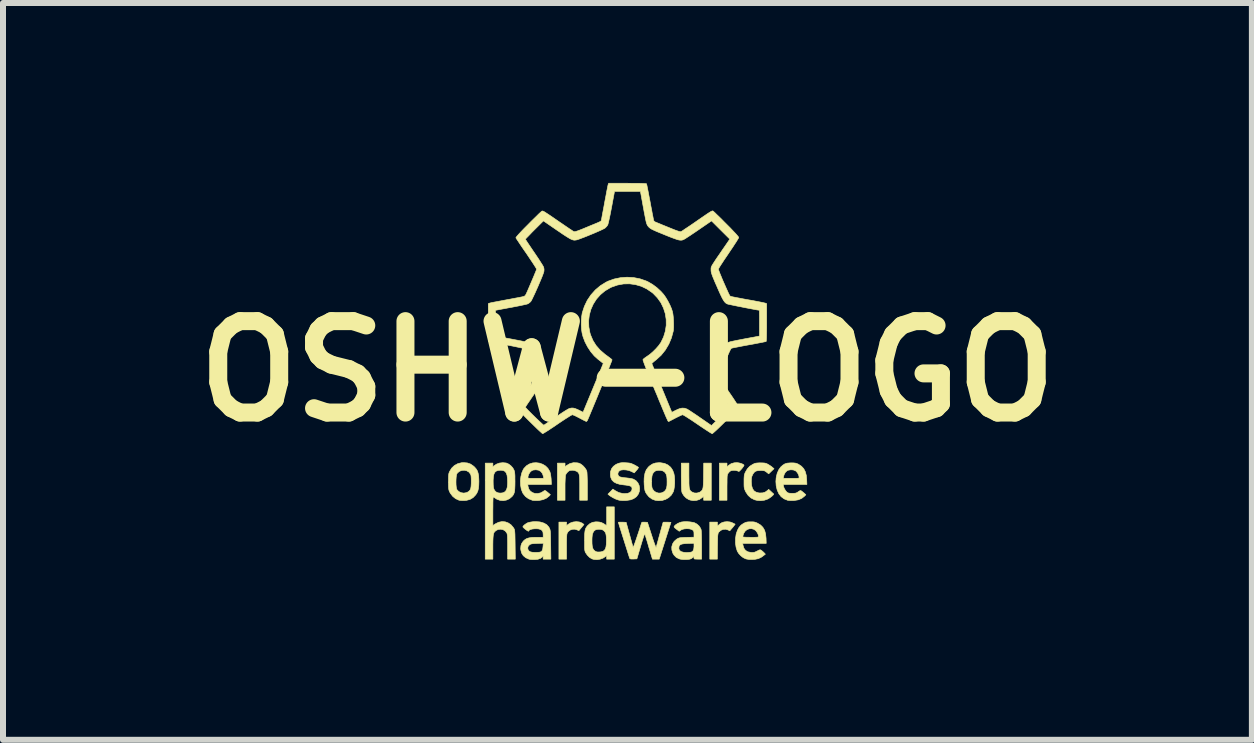
<source format=kicad_pcb>
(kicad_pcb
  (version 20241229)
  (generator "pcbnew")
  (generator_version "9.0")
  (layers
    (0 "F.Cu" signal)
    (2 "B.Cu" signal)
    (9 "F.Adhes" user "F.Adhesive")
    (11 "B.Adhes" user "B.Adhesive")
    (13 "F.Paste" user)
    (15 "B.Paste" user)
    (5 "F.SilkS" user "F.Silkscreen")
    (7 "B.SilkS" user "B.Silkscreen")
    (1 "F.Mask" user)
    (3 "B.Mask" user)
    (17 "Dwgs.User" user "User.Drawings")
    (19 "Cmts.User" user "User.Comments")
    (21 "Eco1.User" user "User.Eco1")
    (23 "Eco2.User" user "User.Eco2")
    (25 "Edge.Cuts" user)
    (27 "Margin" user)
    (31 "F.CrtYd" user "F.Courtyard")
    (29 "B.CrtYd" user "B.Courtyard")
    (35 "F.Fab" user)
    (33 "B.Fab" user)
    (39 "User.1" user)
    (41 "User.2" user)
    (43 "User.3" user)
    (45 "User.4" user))
  (footprint "OSHW-LOGO"
    (layer "F.Cu")
    (at 7.41 3.138)
    (property "Reference" "OSHW-LOGO" (at 0 0 0) (layer "F.SilkS") (effects (font (size 1.524 1.524) (thickness 0.3))))
    (attr through_hole)
    (fp_poly (pts (xy -0.803 2.513) (xy -0.758 2.531) (xy -0.745 2.54) (xy -0.725 2.555) (xy -0.766 2.605) (xy -0.786 2.629) (xy -0.801 2.647) (xy -0.809 2.657) (xy -0.809 2.657) (xy -0.817 2.655) (xy -0.834 2.648) (xy -0.837 2.646) (xy -0.876 2.634) (xy -0.917 2.635) (xy -0.955 2.648) (xy -0.986 2.671) (xy -1.001 2.692) (xy -1.006 2.704) (xy -1.01 2.718) (xy -1.012 2.737) (xy -1.014 2.764) (xy -1.015 2.8) (xy -1.016 2.848) (xy -1.016 2.91) (xy -1.016 2.927) (xy -1.016 3.133) (xy -1.143 3.133) (xy -1.143 2.515) (xy -1.016 2.515) (xy -1.016 2.577) (xy -0.997 2.559) (xy -0.955 2.531) (xy -0.906 2.514) (xy -0.854 2.508) (xy -0.803 2.513)) (stroke (width 0.01) (type solid)) (fill yes) (layer "F.SilkS"))
    (fp_poly (pts (xy 1.71 2.513) (xy 1.751 2.528) (xy 1.795 2.55) (xy 1.778 2.573) (xy 1.763 2.593) (xy 1.742 2.618) (xy 1.733 2.628) (xy 1.705 2.661) (xy 1.679 2.647) (xy 1.637 2.634) (xy 1.595 2.637) (xy 1.555 2.653) (xy 1.523 2.682) (xy 1.518 2.689) (xy 1.513 2.698) (xy 1.51 2.71) (xy 1.507 2.727) (xy 1.504 2.751) (xy 1.503 2.785) (xy 1.502 2.83) (xy 1.501 2.889) (xy 1.5 2.923) (xy 1.498 3.133) (xy 1.372 3.133) (xy 1.372 2.515) (xy 1.499 2.515) (xy 1.499 2.544) (xy 1.501 2.566) (xy 1.508 2.572) (xy 1.521 2.564) (xy 1.532 2.553) (xy 1.567 2.528) (xy 1.611 2.513) (xy 1.66 2.508) (xy 1.71 2.513)) (stroke (width 0.01) (type solid)) (fill yes) (layer "F.SilkS"))
    (fp_poly (pts (xy 1.856 1.528) (xy 1.889 1.536) (xy 1.919 1.548) (xy 1.939 1.561) (xy 1.943 1.566) (xy 1.94 1.576) (xy 1.928 1.595) (xy 1.91 1.619) (xy 1.905 1.625) (xy 1.882 1.65) (xy 1.868 1.665) (xy 1.857 1.67) (xy 1.847 1.668) (xy 1.837 1.663) (xy 1.806 1.654) (xy 1.769 1.652) (xy 1.734 1.656) (xy 1.719 1.662) (xy 1.7 1.676) (xy 1.682 1.697) (xy 1.679 1.701) (xy 1.673 1.71) (xy 1.668 1.72) (xy 1.665 1.733) (xy 1.662 1.75) (xy 1.661 1.774) (xy 1.66 1.808) (xy 1.66 1.853) (xy 1.659 1.913) (xy 1.659 1.94) (xy 1.659 2.151) (xy 1.532 2.151) (xy 1.532 1.532) (xy 1.659 1.532) (xy 1.659 1.593) (xy 1.689 1.568) (xy 1.729 1.541) (xy 1.779 1.527) (xy 1.825 1.524) (xy 1.856 1.528)) (stroke (width 0.01) (type solid)) (fill yes) (layer "F.SilkS"))
    (fp_poly (pts (xy -0.839 1.527) (xy -0.809 1.533) (xy -0.778 1.548) (xy -0.745 1.573) (xy -0.715 1.605) (xy -0.691 1.639) (xy -0.679 1.665) (xy -0.675 1.686) (xy -0.673 1.722) (xy -0.671 1.773) (xy -0.669 1.84) (xy -0.669 1.923) (xy -0.669 2.151) (xy -0.796 2.151) (xy -0.796 1.943) (xy -0.796 1.872) (xy -0.797 1.816) (xy -0.799 1.773) (xy -0.802 1.74) (xy -0.807 1.716) (xy -0.814 1.699) (xy -0.824 1.686) (xy -0.837 1.675) (xy -0.849 1.668) (xy -0.886 1.654) (xy -0.92 1.651) (xy -0.95 1.653) (xy -0.972 1.66) (xy -0.993 1.676) (xy -0.994 1.677) (xy -1.016 1.701) (xy -1.031 1.728) (xy -1.033 1.734) (xy -1.035 1.752) (xy -1.037 1.783) (xy -1.039 1.826) (xy -1.041 1.876) (xy -1.041 1.932) (xy -1.041 1.958) (xy -1.041 2.151) (xy -1.168 2.151) (xy -1.168 1.532) (xy -1.041 1.532) (xy -1.041 1.593) (xy -1.013 1.571) (xy -0.96 1.54) (xy -0.901 1.525) (xy -0.839 1.527)) (stroke (width 0.01) (type solid)) (fill yes) (layer "F.SilkS"))
    (fp_poly (pts (xy 1.024 1.74) (xy 1.025 1.811) (xy 1.025 1.867) (xy 1.027 1.91) (xy 1.03 1.943) (xy 1.036 1.967) (xy 1.043 1.984) (xy 1.053 1.997) (xy 1.066 2.008) (xy 1.078 2.015) (xy 1.116 2.03) (xy 1.158 2.031) (xy 1.198 2.02) (xy 1.212 2.013) (xy 1.227 2.001) (xy 1.24 1.989) (xy 1.249 1.975) (xy 1.256 1.956) (xy 1.261 1.93) (xy 1.264 1.895) (xy 1.266 1.849) (xy 1.268 1.789) (xy 1.268 1.738) (xy 1.271 1.532) (xy 1.397 1.532) (xy 1.397 2.151) (xy 1.27 2.151) (xy 1.27 2.121) (xy 1.269 2.101) (xy 1.266 2.092) (xy 1.265 2.091) (xy 1.257 2.096) (xy 1.241 2.109) (xy 1.238 2.112) (xy 1.198 2.139) (xy 1.149 2.154) (xy 1.096 2.157) (xy 1.044 2.148) (xy 1.02 2.139) (xy 0.978 2.113) (xy 0.942 2.077) (xy 0.916 2.037) (xy 0.907 2.016) (xy 0.904 1.995) (xy 0.901 1.957) (xy 0.899 1.904) (xy 0.898 1.836) (xy 0.897 1.758) (xy 0.897 1.532) (xy 1.024 1.532) (xy 1.024 1.74)) (stroke (width 0.01) (type solid)) (fill yes) (layer "F.SilkS"))
    (fp_poly (pts (xy 0.552 1.526) (xy 0.618 1.537) (xy 0.674 1.563) (xy 0.72 1.601) (xy 0.754 1.652) (xy 0.775 1.71) (xy 0.783 1.757) (xy 0.787 1.811) (xy 0.787 1.869) (xy 0.782 1.925) (xy 0.774 1.975) (xy 0.763 2.013) (xy 0.762 2.013) (xy 0.731 2.065) (xy 0.687 2.107) (xy 0.635 2.137) (xy 0.576 2.155) (xy 0.512 2.158) (xy 0.46 2.151) (xy 0.407 2.13) (xy 0.358 2.094) (xy 0.318 2.045) (xy 0.301 2.016) (xy 0.291 1.988) (xy 0.284 1.947) (xy 0.279 1.897) (xy 0.277 1.843) (xy 0.277 1.841) (xy 0.402 1.841) (xy 0.403 1.886) (xy 0.405 1.917) (xy 0.409 1.94) (xy 0.415 1.959) (xy 0.42 1.968) (xy 0.446 2) (xy 0.481 2.022) (xy 0.522 2.032) (xy 0.564 2.029) (xy 0.602 2.013) (xy 0.626 1.993) (xy 0.642 1.97) (xy 0.653 1.941) (xy 0.659 1.901) (xy 0.66 1.847) (xy 0.66 1.843) (xy 0.659 1.79) (xy 0.655 1.75) (xy 0.646 1.72) (xy 0.632 1.696) (xy 0.615 1.677) (xy 0.587 1.661) (xy 0.551 1.653) (xy 0.512 1.652) (xy 0.476 1.659) (xy 0.461 1.666) (xy 0.437 1.686) (xy 0.42 1.711) (xy 0.409 1.745) (xy 0.404 1.79) (xy 0.402 1.841) (xy 0.277 1.841) (xy 0.278 1.789) (xy 0.28 1.765) (xy 0.292 1.698) (xy 0.314 1.643) (xy 0.349 1.597) (xy 0.374 1.575) (xy 0.419 1.546) (xy 0.468 1.53) (xy 0.525 1.525) (xy 0.552 1.526)) (stroke (width 0.01) (type solid)) (fill yes) (layer "F.SilkS"))
    (fp_poly (pts (xy -1.468 1.532) (xy -1.414 1.551) (xy -1.366 1.58) (xy -1.326 1.62) (xy -1.296 1.67) (xy -1.291 1.684) (xy -1.284 1.71) (xy -1.278 1.747) (xy -1.273 1.788) (xy -1.272 1.806) (xy -1.268 1.888) (xy -1.662 1.888) (xy -1.657 1.923) (xy -1.644 1.966) (xy -1.618 2) (xy -1.583 2.024) (xy -1.542 2.038) (xy -1.497 2.039) (xy -1.45 2.029) (xy -1.405 2.005) (xy -1.401 2.002) (xy -1.389 1.993) (xy -1.38 1.989) (xy -1.37 1.99) (xy -1.357 1.998) (xy -1.337 2.014) (xy -1.311 2.036) (xy -1.285 2.058) (xy -1.307 2.082) (xy -1.352 2.117) (xy -1.407 2.141) (xy -1.471 2.154) (xy -1.494 2.156) (xy -1.53 2.156) (xy -1.563 2.155) (xy -1.585 2.152) (xy -1.587 2.151) (xy -1.649 2.126) (xy -1.7 2.089) (xy -1.74 2.039) (xy -1.749 2.023) (xy -1.771 1.964) (xy -1.782 1.898) (xy -1.785 1.828) (xy -1.778 1.767) (xy -1.659 1.767) (xy -1.659 1.775) (xy -1.656 1.78) (xy -1.648 1.783) (xy -1.632 1.785) (xy -1.607 1.786) (xy -1.569 1.786) (xy -1.527 1.786) (xy -1.395 1.786) (xy -1.401 1.755) (xy -1.417 1.707) (xy -1.444 1.672) (xy -1.481 1.65) (xy -1.527 1.643) (xy -1.529 1.643) (xy -1.573 1.648) (xy -1.599 1.66) (xy -1.622 1.681) (xy -1.643 1.713) (xy -1.656 1.747) (xy -1.659 1.767) (xy -1.778 1.767) (xy -1.777 1.758) (xy -1.761 1.693) (xy -1.736 1.636) (xy -1.723 1.617) (xy -1.682 1.575) (xy -1.634 1.546) (xy -1.58 1.529) (xy -1.524 1.525) (xy -1.468 1.532)) (stroke (width 0.01) (type solid)) (fill yes) (layer "F.SilkS"))
    (fp_poly (pts (xy -0.22 3.133) (xy -0.347 3.133) (xy -0.347 3.07) (xy -0.366 3.088) (xy -0.405 3.115) (xy -0.454 3.133) (xy -0.507 3.141) (xy -0.558 3.138) (xy -0.593 3.128) (xy -0.632 3.104) (xy -0.668 3.068) (xy -0.697 3.027) (xy -0.697 3.027) (xy -0.704 3.014) (xy -0.708 3) (xy -0.712 2.983) (xy -0.714 2.96) (xy -0.715 2.928) (xy -0.715 2.884) (xy -0.715 2.832) (xy -0.715 2.819) (xy -0.592 2.819) (xy -0.591 2.876) (xy -0.587 2.918) (xy -0.579 2.95) (xy -0.567 2.974) (xy -0.55 2.992) (xy -0.549 2.992) (xy -0.529 3.006) (xy -0.506 3.013) (xy -0.477 3.014) (xy -0.446 3.012) (xy -0.418 3.006) (xy -0.407 3.002) (xy -0.385 2.986) (xy -0.37 2.964) (xy -0.359 2.932) (xy -0.353 2.889) (xy -0.351 2.832) (xy -0.351 2.824) (xy -0.352 2.771) (xy -0.356 2.733) (xy -0.362 2.704) (xy -0.373 2.682) (xy -0.39 2.662) (xy -0.397 2.655) (xy -0.422 2.642) (xy -0.456 2.635) (xy -0.492 2.635) (xy -0.525 2.642) (xy -0.533 2.645) (xy -0.557 2.663) (xy -0.574 2.69) (xy -0.586 2.727) (xy -0.591 2.777) (xy -0.592 2.819) (xy -0.715 2.819) (xy -0.715 2.767) (xy -0.714 2.716) (xy -0.71 2.677) (xy -0.705 2.646) (xy -0.697 2.622) (xy -0.686 2.602) (xy -0.671 2.582) (xy -0.667 2.577) (xy -0.628 2.542) (xy -0.584 2.52) (xy -0.531 2.511) (xy -0.512 2.511) (xy -0.47 2.514) (xy -0.434 2.523) (xy -0.397 2.541) (xy -0.366 2.562) (xy -0.347 2.576) (xy -0.347 2.261) (xy -0.22 2.261) (xy -0.22 3.133)) (stroke (width 0.01) (type solid)) (fill yes) (layer "F.SilkS"))
    (fp_poly (pts (xy 2.258 1.529) (xy 2.286 1.531) (xy 2.308 1.536) (xy 2.329 1.545) (xy 2.341 1.551) (xy 2.372 1.57) (xy 2.401 1.59) (xy 2.413 1.6) (xy 2.443 1.625) (xy 2.398 1.668) (xy 2.354 1.711) (xy 2.319 1.683) (xy 2.3 1.669) (xy 2.284 1.661) (xy 2.264 1.657) (xy 2.236 1.655) (xy 2.218 1.655) (xy 2.172 1.658) (xy 2.139 1.666) (xy 2.114 1.684) (xy 2.093 1.712) (xy 2.084 1.73) (xy 2.073 1.755) (xy 2.067 1.781) (xy 2.065 1.814) (xy 2.064 1.84) (xy 2.069 1.904) (xy 2.083 1.954) (xy 2.106 1.991) (xy 2.141 2.015) (xy 2.186 2.028) (xy 2.206 2.03) (xy 2.256 2.028) (xy 2.298 2.014) (xy 2.335 1.987) (xy 2.354 1.97) (xy 2.394 2.007) (xy 2.415 2.027) (xy 2.431 2.041) (xy 2.438 2.047) (xy 2.436 2.054) (xy 2.424 2.068) (xy 2.405 2.086) (xy 2.381 2.104) (xy 2.356 2.121) (xy 2.338 2.131) (xy 2.284 2.15) (xy 2.223 2.158) (xy 2.163 2.154) (xy 2.118 2.143) (xy 2.059 2.113) (xy 2.012 2.071) (xy 1.975 2.016) (xy 1.971 2.009) (xy 1.96 1.985) (xy 1.952 1.965) (xy 1.947 1.945) (xy 1.944 1.922) (xy 1.943 1.889) (xy 1.943 1.845) (xy 1.943 1.842) (xy 1.943 1.795) (xy 1.945 1.762) (xy 1.947 1.737) (xy 1.952 1.717) (xy 1.959 1.697) (xy 1.965 1.684) (xy 1.998 1.628) (xy 2.038 1.585) (xy 2.088 1.553) (xy 2.09 1.552) (xy 2.115 1.54) (xy 2.138 1.533) (xy 2.164 1.53) (xy 2.198 1.528) (xy 2.218 1.528) (xy 2.258 1.529)) (stroke (width 0.01) (type solid)) (fill yes) (layer "F.SilkS"))
    (fp_poly (pts (xy -2.67 1.529) (xy -2.618 1.547) (xy -2.572 1.578) (xy -2.551 1.596) (xy -2.523 1.628) (xy -2.503 1.661) (xy -2.49 1.699) (xy -2.481 1.746) (xy -2.478 1.804) (xy -2.477 1.837) (xy -2.479 1.902) (xy -2.484 1.953) (xy -2.494 1.995) (xy -2.51 2.031) (xy -2.53 2.061) (xy -2.574 2.107) (xy -2.625 2.137) (xy -2.684 2.153) (xy -2.717 2.156) (xy -2.753 2.156) (xy -2.786 2.154) (xy -2.809 2.15) (xy -2.81 2.15) (xy -2.866 2.124) (xy -2.914 2.085) (xy -2.953 2.034) (xy -2.965 2.011) (xy -2.973 1.993) (xy -2.978 1.975) (xy -2.981 1.954) (xy -2.983 1.926) (xy -2.984 1.887) (xy -2.984 1.849) (xy -2.859 1.849) (xy -2.858 1.893) (xy -2.854 1.933) (xy -2.848 1.963) (xy -2.842 1.976) (xy -2.813 2.006) (xy -2.774 2.025) (xy -2.73 2.032) (xy -2.686 2.025) (xy -2.667 2.017) (xy -2.643 2.002) (xy -2.625 1.982) (xy -2.613 1.955) (xy -2.607 1.919) (xy -2.604 1.869) (xy -2.604 1.841) (xy -2.604 1.795) (xy -2.606 1.761) (xy -2.609 1.737) (xy -2.615 1.719) (xy -2.619 1.712) (xy -2.645 1.68) (xy -2.68 1.66) (xy -2.72 1.651) (xy -2.761 1.654) (xy -2.8 1.668) (xy -2.832 1.694) (xy -2.842 1.707) (xy -2.85 1.728) (xy -2.855 1.762) (xy -2.858 1.803) (xy -2.859 1.849) (xy -2.984 1.849) (xy -2.984 1.841) (xy -2.984 1.791) (xy -2.983 1.754) (xy -2.981 1.727) (xy -2.978 1.706) (xy -2.972 1.688) (xy -2.965 1.672) (xy -2.931 1.616) (xy -2.885 1.572) (xy -2.83 1.542) (xy -2.768 1.526) (xy -2.732 1.524) (xy -2.67 1.529)) (stroke (width 0.01) (type solid)) (fill yes) (layer "F.SilkS"))
    (fp_poly (pts (xy 2.77 1.529) (xy 2.798 1.532) (xy 2.821 1.538) (xy 2.844 1.548) (xy 2.85 1.551) (xy 2.9 1.584) (xy 2.938 1.625) (xy 2.964 1.675) (xy 2.981 1.737) (xy 2.987 1.801) (xy 2.991 1.888) (xy 2.599 1.888) (xy 2.599 1.907) (xy 2.605 1.933) (xy 2.619 1.964) (xy 2.638 1.994) (xy 2.658 2.017) (xy 2.661 2.019) (xy 2.679 2.029) (xy 2.701 2.034) (xy 2.733 2.036) (xy 2.747 2.036) (xy 2.782 2.035) (xy 2.805 2.032) (xy 2.825 2.024) (xy 2.846 2.011) (xy 2.847 2.01) (xy 2.866 1.997) (xy 2.88 1.99) (xy 2.893 1.992) (xy 2.909 2.003) (xy 2.933 2.023) (xy 2.942 2.03) (xy 2.974 2.059) (xy 2.95 2.084) (xy 2.904 2.12) (xy 2.847 2.144) (xy 2.78 2.155) (xy 2.765 2.156) (xy 2.729 2.156) (xy 2.697 2.155) (xy 2.674 2.152) (xy 2.671 2.152) (xy 2.611 2.128) (xy 2.562 2.092) (xy 2.524 2.043) (xy 2.496 1.982) (xy 2.479 1.911) (xy 2.474 1.838) (xy 2.478 1.786) (xy 2.597 1.786) (xy 2.73 1.786) (xy 2.779 1.786) (xy 2.815 1.786) (xy 2.838 1.785) (xy 2.852 1.783) (xy 2.859 1.779) (xy 2.861 1.773) (xy 2.862 1.767) (xy 2.855 1.736) (xy 2.839 1.702) (xy 2.817 1.673) (xy 2.801 1.66) (xy 2.765 1.646) (xy 2.723 1.643) (xy 2.682 1.65) (xy 2.661 1.659) (xy 2.631 1.687) (xy 2.61 1.727) (xy 2.603 1.755) (xy 2.597 1.786) (xy 2.478 1.786) (xy 2.48 1.767) (xy 2.496 1.701) (xy 2.522 1.643) (xy 2.555 1.597) (xy 2.59 1.566) (xy 2.623 1.545) (xy 2.661 1.533) (xy 2.708 1.529) (xy 2.731 1.528) (xy 2.77 1.529)) (stroke (width 0.01) (type solid)) (fill yes) (layer "F.SilkS"))
    (fp_poly (pts (xy -0.028 1.526) (xy 0.013 1.529) (xy 0.043 1.533) (xy 0.069 1.541) (xy 0.098 1.554) (xy 0.117 1.563) (xy 0.146 1.579) (xy 0.169 1.593) (xy 0.182 1.602) (xy 0.183 1.604) (xy 0.179 1.615) (xy 0.167 1.633) (xy 0.149 1.654) (xy 0.113 1.695) (xy 0.067 1.672) (xy 0.025 1.655) (xy -0.022 1.646) (xy -0.067 1.643) (xy -0.107 1.648) (xy -0.125 1.654) (xy -0.148 1.674) (xy -0.159 1.699) (xy -0.159 1.725) (xy -0.147 1.748) (xy -0.13 1.76) (xy -0.112 1.765) (xy -0.082 1.771) (xy -0.045 1.776) (xy -0.021 1.778) (xy 0.02 1.783) (xy 0.059 1.789) (xy 0.089 1.796) (xy 0.1 1.8) (xy 0.142 1.825) (xy 0.173 1.86) (xy 0.194 1.903) (xy 0.202 1.95) (xy 0.199 1.999) (xy 0.183 2.045) (xy 0.154 2.086) (xy 0.147 2.093) (xy 0.104 2.124) (xy 0.052 2.144) (xy -0.013 2.154) (xy -0.038 2.156) (xy -0.086 2.156) (xy -0.128 2.152) (xy -0.152 2.147) (xy -0.197 2.131) (xy -0.243 2.108) (xy -0.284 2.083) (xy -0.301 2.071) (xy -0.326 2.05) (xy -0.284 2.008) (xy -0.243 1.965) (xy -0.205 1.991) (xy -0.145 2.023) (xy -0.078 2.039) (xy -0.046 2.04) (xy 0.004 2.036) (xy 0.042 2.021) (xy 0.066 1.998) (xy 0.076 1.967) (xy 0.076 1.96) (xy 0.074 1.94) (xy 0.064 1.925) (xy 0.046 1.914) (xy 0.017 1.906) (xy -0.026 1.899) (xy -0.056 1.896) (xy -0.127 1.886) (xy -0.184 1.869) (xy -0.227 1.846) (xy -0.258 1.815) (xy -0.277 1.775) (xy -0.285 1.732) (xy -0.283 1.677) (xy -0.266 1.627) (xy -0.235 1.586) (xy -0.19 1.553) (xy -0.152 1.537) (xy -0.123 1.529) (xy -0.092 1.525) (xy -0.053 1.525) (xy -0.028 1.526)) (stroke (width 0.01) (type solid)) (fill yes) (layer "F.SilkS"))
    (fp_poly (pts (xy 2.092 2.511) (xy 2.121 2.515) (xy 2.147 2.524) (xy 2.169 2.534) (xy 2.22 2.565) (xy 2.258 2.604) (xy 2.286 2.652) (xy 2.302 2.711) (xy 2.31 2.783) (xy 2.313 2.87) (xy 1.92 2.87) (xy 1.926 2.902) (xy 1.941 2.951) (xy 1.967 2.986) (xy 2.004 3.01) (xy 2.053 3.02) (xy 2.06 3.021) (xy 2.092 3.022) (xy 2.117 3.018) (xy 2.142 3.008) (xy 2.162 2.998) (xy 2.189 2.984) (xy 2.205 2.978) (xy 2.217 2.978) (xy 2.228 2.984) (xy 2.234 2.988) (xy 2.256 3.006) (xy 2.278 3.027) (xy 2.299 3.05) (xy 2.273 3.07) (xy 2.226 3.104) (xy 2.179 3.125) (xy 2.125 3.136) (xy 2.087 3.138) (xy 2.025 3.138) (xy 1.979 3.13) (xy 1.972 3.128) (xy 1.93 3.108) (xy 1.89 3.077) (xy 1.855 3.039) (xy 1.83 2.999) (xy 1.83 2.998) (xy 1.81 2.933) (xy 1.8 2.861) (xy 1.801 2.785) (xy 1.805 2.762) (xy 1.922 2.762) (xy 1.93 2.764) (xy 1.952 2.766) (xy 1.985 2.768) (xy 2.027 2.768) (xy 2.053 2.769) (xy 2.103 2.769) (xy 2.138 2.768) (xy 2.161 2.767) (xy 2.175 2.765) (xy 2.182 2.761) (xy 2.184 2.755) (xy 2.184 2.749) (xy 2.181 2.73) (xy 2.171 2.705) (xy 2.165 2.693) (xy 2.139 2.657) (xy 2.106 2.635) (xy 2.068 2.625) (xy 2.029 2.627) (xy 1.992 2.641) (xy 1.961 2.667) (xy 1.938 2.703) (xy 1.931 2.722) (xy 1.925 2.745) (xy 1.922 2.76) (xy 1.922 2.762) (xy 1.805 2.762) (xy 1.812 2.713) (xy 1.834 2.651) (xy 1.86 2.603) (xy 1.893 2.566) (xy 1.935 2.537) (xy 1.943 2.533) (xy 1.969 2.521) (xy 1.994 2.514) (xy 2.025 2.511) (xy 2.053 2.511) (xy 2.092 2.511)) (stroke (width 0.01) (type solid)) (fill yes) (layer "F.SilkS"))
    (fp_poly (pts (xy 1.043 2.512) (xy 1.092 2.52) (xy 1.119 2.527) (xy 1.159 2.549) (xy 1.194 2.581) (xy 1.219 2.619) (xy 1.227 2.639) (xy 1.23 2.657) (xy 1.232 2.691) (xy 1.234 2.737) (xy 1.235 2.794) (xy 1.236 2.86) (xy 1.236 2.902) (xy 1.236 3.133) (xy 1.173 3.133) (xy 1.14 3.132) (xy 1.121 3.131) (xy 1.112 3.127) (xy 1.109 3.119) (xy 1.109 3.11) (xy 1.109 3.087) (xy 1.089 3.106) (xy 1.067 3.122) (xy 1.041 3.133) (xy 1.008 3.138) (xy 0.967 3.14) (xy 0.924 3.139) (xy 0.885 3.134) (xy 0.862 3.128) (xy 0.814 3.104) (xy 0.778 3.068) (xy 0.756 3.033) (xy 0.74 2.981) (xy 0.739 2.961) (xy 0.856 2.961) (xy 0.869 2.988) (xy 0.896 3.008) (xy 0.938 3.019) (xy 0.984 3.023) (xy 1.018 3.021) (xy 1.048 3.018) (xy 1.068 3.014) (xy 1.07 3.013) (xy 1.091 2.997) (xy 1.104 2.969) (xy 1.109 2.928) (xy 1.109 2.915) (xy 1.109 2.868) (xy 1.009 2.871) (xy 0.955 2.874) (xy 0.915 2.88) (xy 0.888 2.888) (xy 0.87 2.901) (xy 0.86 2.919) (xy 0.859 2.925) (xy 0.856 2.961) (xy 0.739 2.961) (xy 0.738 2.929) (xy 0.752 2.879) (xy 0.779 2.836) (xy 0.82 2.8) (xy 0.83 2.794) (xy 0.847 2.785) (xy 0.863 2.779) (xy 0.883 2.775) (xy 0.91 2.773) (xy 0.947 2.771) (xy 0.988 2.77) (xy 1.109 2.767) (xy 1.109 2.717) (xy 1.108 2.686) (xy 1.103 2.666) (xy 1.092 2.652) (xy 1.091 2.651) (xy 1.065 2.636) (xy 1.028 2.627) (xy 0.986 2.625) (xy 0.944 2.629) (xy 0.907 2.639) (xy 0.888 2.65) (xy 0.863 2.668) (xy 0.817 2.634) (xy 0.792 2.614) (xy 0.78 2.602) (xy 0.777 2.592) (xy 0.78 2.583) (xy 0.8 2.563) (xy 0.831 2.542) (xy 0.868 2.524) (xy 0.899 2.514) (xy 0.94 2.509) (xy 0.99 2.508) (xy 1.043 2.512)) (stroke (width 0.01) (type solid)) (fill yes) (layer "F.SilkS"))
    (fp_poly (pts (xy 0.286 2.516) (xy 0.333 2.519) (xy 0.403 2.735) (xy 0.421 2.791) (xy 0.438 2.841) (xy 0.453 2.883) (xy 0.465 2.914) (xy 0.473 2.933) (xy 0.477 2.938) (xy 0.477 2.938) (xy 0.481 2.927) (xy 0.488 2.901) (xy 0.498 2.864) (xy 0.511 2.818) (xy 0.525 2.765) (xy 0.537 2.723) (xy 0.552 2.668) (xy 0.566 2.617) (xy 0.578 2.575) (xy 0.587 2.543) (xy 0.593 2.523) (xy 0.595 2.518) (xy 0.605 2.516) (xy 0.627 2.516) (xy 0.657 2.516) (xy 0.662 2.516) (xy 0.725 2.519) (xy 0.627 2.826) (xy 0.529 3.133) (xy 0.473 3.133) (xy 0.416 3.133) (xy 0.395 3.063) (xy 0.385 3.03) (xy 0.372 2.985) (xy 0.356 2.934) (xy 0.341 2.881) (xy 0.334 2.857) (xy 0.32 2.812) (xy 0.308 2.771) (xy 0.298 2.739) (xy 0.291 2.718) (xy 0.289 2.712) (xy 0.285 2.716) (xy 0.277 2.736) (xy 0.266 2.767) (xy 0.252 2.809) (xy 0.237 2.859) (xy 0.22 2.915) (xy 0.157 3.128) (xy 0.099 3.131) (xy 0.065 3.131) (xy 0.046 3.128) (xy 0.038 3.122) (xy 0.031 3.101) (xy 0.02 3.067) (xy 0.006 3.023) (xy -0.01 2.972) (xy -0.028 2.915) (xy -0.047 2.856) (xy -0.066 2.795) (xy -0.085 2.735) (xy -0.103 2.678) (xy -0.119 2.627) (xy -0.133 2.583) (xy -0.143 2.549) (xy -0.15 2.527) (xy -0.152 2.519) (xy -0.145 2.517) (xy -0.124 2.516) (xy -0.095 2.516) (xy -0.087 2.516) (xy -0.022 2.519) (xy 0.034 2.722) (xy 0.05 2.779) (xy 0.064 2.83) (xy 0.076 2.874) (xy 0.086 2.908) (xy 0.092 2.93) (xy 0.094 2.937) (xy 0.098 2.932) (xy 0.105 2.914) (xy 0.117 2.883) (xy 0.131 2.844) (xy 0.147 2.798) (xy 0.164 2.747) (xy 0.182 2.694) (xy 0.199 2.642) (xy 0.215 2.592) (xy 0.229 2.547) (xy 0.233 2.533) (xy 0.238 2.522) (xy 0.247 2.517) (xy 0.265 2.516) (xy 0.286 2.516)) (stroke (width 0.01) (type solid)) (fill yes) (layer "F.SilkS"))
    (fp_poly (pts (xy -1.473 2.511) (xy -1.453 2.514) (xy -1.393 2.532) (xy -1.346 2.559) (xy -1.312 2.597) (xy -1.303 2.613) (xy -1.297 2.626) (xy -1.292 2.638) (xy -1.289 2.652) (xy -1.286 2.671) (xy -1.284 2.695) (xy -1.283 2.728) (xy -1.282 2.772) (xy -1.281 2.828) (xy -1.28 2.893) (xy -1.277 3.133) (xy -1.405 3.133) (xy -1.406 3.105) (xy -1.406 3.078) (xy -1.42 3.096) (xy -1.45 3.12) (xy -1.493 3.135) (xy -1.549 3.14) (xy -1.56 3.14) (xy -1.594 3.139) (xy -1.623 3.137) (xy -1.642 3.133) (xy -1.643 3.133) (xy -1.696 3.109) (xy -1.737 3.075) (xy -1.765 3.031) (xy -1.778 2.979) (xy -1.78 2.956) (xy -1.779 2.944) (xy -1.663 2.944) (xy -1.659 2.971) (xy -1.645 2.994) (xy -1.622 3.01) (xy -1.588 3.018) (xy -1.54 3.021) (xy -1.522 3.021) (xy -1.485 3.019) (xy -1.46 3.016) (xy -1.443 3.01) (xy -1.431 3.002) (xy -1.43 3) (xy -1.419 2.984) (xy -1.412 2.959) (xy -1.408 2.925) (xy -1.403 2.868) (xy -1.504 2.871) (xy -1.551 2.873) (xy -1.585 2.876) (xy -1.608 2.881) (xy -1.624 2.887) (xy -1.628 2.89) (xy -1.653 2.914) (xy -1.663 2.944) (xy -1.779 2.944) (xy -1.776 2.909) (xy -1.764 2.873) (xy -1.741 2.839) (xy -1.729 2.825) (xy -1.704 2.804) (xy -1.675 2.788) (xy -1.639 2.778) (xy -1.594 2.771) (xy -1.536 2.769) (xy -1.51 2.769) (xy -1.405 2.769) (xy -1.405 2.726) (xy -1.408 2.688) (xy -1.418 2.662) (xy -1.438 2.644) (xy -1.452 2.637) (xy -1.481 2.629) (xy -1.515 2.626) (xy -1.552 2.627) (xy -1.587 2.631) (xy -1.616 2.638) (xy -1.636 2.648) (xy -1.643 2.659) (xy -1.649 2.667) (xy -1.652 2.667) (xy -1.664 2.662) (xy -1.684 2.649) (xy -1.706 2.632) (xy -1.726 2.615) (xy -1.74 2.6) (xy -1.744 2.594) (xy -1.737 2.581) (xy -1.72 2.564) (xy -1.696 2.546) (xy -1.67 2.53) (xy -1.661 2.526) (xy -1.623 2.516) (xy -1.576 2.509) (xy -1.524 2.508) (xy -1.473 2.511)) (stroke (width 0.01) (type solid)) (fill yes) (layer "F.SilkS"))
    (fp_poly (pts (xy -2.023 1.53) (xy -2.014 1.533) (xy -1.979 1.549) (xy -1.943 1.577) (xy -1.912 1.611) (xy -1.892 1.647) (xy -1.891 1.649) (xy -1.885 1.667) (xy -1.881 1.687) (xy -1.878 1.713) (xy -1.876 1.747) (xy -1.876 1.793) (xy -1.875 1.841) (xy -1.876 1.905) (xy -1.878 1.955) (xy -1.881 1.994) (xy -1.887 2.023) (xy -1.896 2.047) (xy -1.908 2.068) (xy -1.924 2.088) (xy -1.925 2.089) (xy -1.967 2.125) (xy -2.017 2.148) (xy -2.07 2.158) (xy -2.124 2.153) (xy -2.175 2.135) (xy -2.197 2.121) (xy -2.217 2.107) (xy -2.232 2.097) (xy -2.233 2.097) (xy -2.236 2.098) (xy -2.239 2.107) (xy -2.241 2.126) (xy -2.242 2.156) (xy -2.243 2.198) (xy -2.243 2.254) (xy -2.244 2.325) (xy -2.244 2.331) (xy -2.244 2.573) (xy -2.201 2.544) (xy -2.148 2.518) (xy -2.093 2.507) (xy -2.038 2.511) (xy -1.986 2.53) (xy -1.94 2.562) (xy -1.902 2.607) (xy -1.891 2.625) (xy -1.886 2.635) (xy -1.883 2.647) (xy -1.88 2.664) (xy -1.878 2.687) (xy -1.876 2.719) (xy -1.875 2.761) (xy -1.874 2.815) (xy -1.873 2.885) (xy -1.873 2.893) (xy -1.87 3.133) (xy -1.998 3.133) (xy -1.998 2.927) (xy -1.998 2.862) (xy -1.999 2.811) (xy -2 2.773) (xy -2.001 2.744) (xy -2.004 2.724) (xy -2.007 2.709) (xy -2.011 2.698) (xy -2.014 2.693) (xy -2.039 2.662) (xy -2.074 2.642) (xy -2.114 2.634) (xy -2.154 2.638) (xy -2.185 2.652) (xy -2.202 2.665) (xy -2.216 2.678) (xy -2.226 2.693) (xy -2.233 2.714) (xy -2.238 2.742) (xy -2.241 2.779) (xy -2.243 2.827) (xy -2.244 2.889) (xy -2.244 2.932) (xy -2.244 3.133) (xy -2.371 3.133) (xy -2.371 1.841) (xy -2.239 1.841) (xy -2.238 1.895) (xy -2.235 1.935) (xy -2.227 1.964) (xy -2.215 1.987) (xy -2.198 2.006) (xy -2.188 2.014) (xy -2.16 2.027) (xy -2.124 2.032) (xy -2.086 2.029) (xy -2.056 2.019) (xy -2.032 2) (xy -2.015 1.972) (xy -2.004 1.933) (xy -1.999 1.88) (xy -1.998 1.847) (xy -2.001 1.782) (xy -2.008 1.732) (xy -2.022 1.695) (xy -2.042 1.67) (xy -2.071 1.656) (xy -2.108 1.651) (xy -2.114 1.651) (xy -2.155 1.654) (xy -2.187 1.665) (xy -2.21 1.684) (xy -2.226 1.715) (xy -2.235 1.758) (xy -2.239 1.815) (xy -2.239 1.841) (xy -2.371 1.841) (xy -2.371 1.532) (xy -2.244 1.532) (xy -2.244 1.595) (xy -2.225 1.577) (xy -2.183 1.549) (xy -2.133 1.531) (xy -2.078 1.525) (xy -2.023 1.53)) (stroke (width 0.01) (type solid)) (fill yes) (layer "F.SilkS"))
    (fp_poly (pts (xy 0.089 -3.132) (xy 0.164 -3.132) (xy 0.225 -3.131) (xy 0.271 -3.129) (xy 0.302 -3.127) (xy 0.316 -3.125) (xy 0.318 -3.124) (xy 0.32 -3.114) (xy 0.326 -3.089) (xy 0.333 -3.052) (xy 0.343 -3.004) (xy 0.354 -2.946) (xy 0.366 -2.882) (xy 0.378 -2.821) (xy 0.39 -2.753) (xy 0.403 -2.689) (xy 0.413 -2.631) (xy 0.423 -2.583) (xy 0.43 -2.546) (xy 0.435 -2.521) (xy 0.437 -2.512) (xy 0.448 -2.497) (xy 0.46 -2.489) (xy 0.473 -2.484) (xy 0.499 -2.473) (xy 0.536 -2.458) (xy 0.581 -2.439) (xy 0.633 -2.418) (xy 0.677 -2.4) (xy 0.741 -2.374) (xy 0.791 -2.354) (xy 0.83 -2.34) (xy 0.857 -2.331) (xy 0.876 -2.326) (xy 0.888 -2.325) (xy 0.893 -2.327) (xy 0.904 -2.333) (xy 0.927 -2.348) (xy 0.96 -2.371) (xy 1.003 -2.399) (xy 1.052 -2.432) (xy 1.106 -2.469) (xy 1.145 -2.496) (xy 1.213 -2.543) (xy 1.268 -2.581) (xy 1.312 -2.611) (xy 1.346 -2.634) (xy 1.372 -2.65) (xy 1.391 -2.662) (xy 1.404 -2.668) (xy 1.413 -2.672) (xy 1.419 -2.672) (xy 1.424 -2.671) (xy 1.429 -2.668) (xy 1.438 -2.66) (xy 1.458 -2.642) (xy 1.486 -2.614) (xy 1.523 -2.579) (xy 1.565 -2.538) (xy 1.611 -2.491) (xy 1.649 -2.453) (xy 1.713 -2.389) (xy 1.764 -2.335) (xy 1.804 -2.293) (xy 1.832 -2.261) (xy 1.849 -2.24) (xy 1.854 -2.229) (xy 1.854 -2.229) (xy 1.85 -2.218) (xy 1.836 -2.195) (xy 1.816 -2.161) (xy 1.788 -2.119) (xy 1.756 -2.069) (xy 1.719 -2.015) (xy 1.685 -1.964) (xy 1.646 -1.906) (xy 1.609 -1.852) (xy 1.578 -1.804) (xy 1.551 -1.763) (xy 1.531 -1.731) (xy 1.519 -1.709) (xy 1.516 -1.701) (xy 1.519 -1.688) (xy 1.528 -1.663) (xy 1.542 -1.627) (xy 1.56 -1.584) (xy 1.58 -1.535) (xy 1.602 -1.484) (xy 1.625 -1.432) (xy 1.647 -1.382) (xy 1.667 -1.338) (xy 1.684 -1.3) (xy 1.698 -1.273) (xy 1.706 -1.258) (xy 1.708 -1.256) (xy 1.712 -1.253) (xy 1.717 -1.25) (xy 1.725 -1.247) (xy 1.736 -1.244) (xy 1.753 -1.24) (xy 1.778 -1.235) (xy 1.812 -1.228) (xy 1.856 -1.22) (xy 1.913 -1.209) (xy 1.983 -1.196) (xy 2.045 -1.185) (xy 2.107 -1.174) (xy 2.164 -1.163) (xy 2.215 -1.153) (xy 2.255 -1.145) (xy 2.285 -1.138) (xy 2.3 -1.134) (xy 2.301 -1.134) (xy 2.32 -1.126) (xy 2.32 -0.813) (xy 2.32 -0.733) (xy 2.319 -0.662) (xy 2.318 -0.602) (xy 2.317 -0.554) (xy 2.315 -0.52) (xy 2.313 -0.5) (xy 2.312 -0.496) (xy 2.302 -0.493) (xy 2.277 -0.488) (xy 2.24 -0.48) (xy 2.192 -0.471) (xy 2.135 -0.46) (xy 2.072 -0.448) (xy 2.026 -0.44) (xy 1.959 -0.428) (xy 1.897 -0.416) (xy 1.841 -0.405) (xy 1.795 -0.396) (xy 1.76 -0.389) (xy 1.738 -0.384) (xy 1.731 -0.382) (xy 1.724 -0.372) (xy 1.711 -0.349) (xy 1.695 -0.315) (xy 1.676 -0.272) (xy 1.654 -0.223) (xy 1.632 -0.17) (xy 1.61 -0.116) (xy 1.589 -0.062) (xy 1.57 -0.012) (xy 1.554 0.032) (xy 1.543 0.067) (xy 1.535 0.093) (xy 1.534 0.104) (xy 1.54 0.115) (xy 1.554 0.139) (xy 1.575 0.172) (xy 1.603 0.215) (xy 1.635 0.264) (xy 1.672 0.317) (xy 1.696 0.353) (xy 1.734 0.408) (xy 1.769 0.46) (xy 1.799 0.506) (xy 1.824 0.545) (xy 1.842 0.574) (xy 1.852 0.593) (xy 1.854 0.598) (xy 1.848 0.608) (xy 1.832 0.628) (xy 1.807 0.656) (xy 1.774 0.691) (xy 1.736 0.73) (xy 1.694 0.774) (xy 1.649 0.819) (xy 1.604 0.864) (xy 1.56 0.907) (xy 1.519 0.947) (xy 1.482 0.982) (xy 1.451 1.01) (xy 1.428 1.03) (xy 1.415 1.041) (xy 1.412 1.041) (xy 1.402 1.037) (xy 1.379 1.024) (xy 1.347 1.003) (xy 1.305 0.976) (xy 1.257 0.944) (xy 1.203 0.908) (xy 1.168 0.884) (xy 1.112 0.846) (xy 1.06 0.811) (xy 1.013 0.781) (xy 0.974 0.756) (xy 0.944 0.738) (xy 0.925 0.728) (xy 0.92 0.726) (xy 0.906 0.73) (xy 0.88 0.741) (xy 0.847 0.757) (xy 0.808 0.776) (xy 0.797 0.782) (xy 0.759 0.802) (xy 0.726 0.819) (xy 0.701 0.832) (xy 0.687 0.838) (xy 0.685 0.838) (xy 0.683 0.838) (xy 0.68 0.836) (xy 0.676 0.831) (xy 0.671 0.823) (xy 0.665 0.809) (xy 0.656 0.79) (xy 0.644 0.764) (xy 0.629 0.729) (xy 0.611 0.686) (xy 0.588 0.632) (xy 0.561 0.566) (xy 0.528 0.488) (xy 0.491 0.396) (xy 0.453 0.307) (xy 0.412 0.206) (xy 0.375 0.114) (xy 0.342 0.033) (xy 0.314 -0.037) (xy 0.291 -0.095) (xy 0.274 -0.141) (xy 0.263 -0.173) (xy 0.258 -0.19) (xy 0.258 -0.193) (xy 0.267 -0.204) (xy 0.288 -0.221) (xy 0.315 -0.24) (xy 0.324 -0.246) (xy 0.374 -0.281) (xy 0.426 -0.326) (xy 0.476 -0.376) (xy 0.52 -0.426) (xy 0.553 -0.473) (xy 0.557 -0.478) (xy 0.602 -0.571) (xy 0.631 -0.667) (xy 0.646 -0.765) (xy 0.645 -0.863) (xy 0.63 -0.96) (xy 0.6 -1.053) (xy 0.557 -1.142) (xy 0.499 -1.223) (xy 0.429 -1.296) (xy 0.408 -1.313) (xy 0.323 -1.371) (xy 0.232 -1.415) (xy 0.135 -1.443) (xy 0.036 -1.457) (xy -0.065 -1.455) (xy -0.164 -1.437) (xy -0.26 -1.404) (xy -0.286 -1.392) (xy -0.374 -1.34) (xy -0.451 -1.276) (xy -0.517 -1.202) (xy -0.57 -1.119) (xy -0.61 -1.03) (xy -0.636 -0.935) (xy -0.648 -0.837) (xy -0.644 -0.737) (xy -0.625 -0.637) (xy -0.613 -0.6) (xy -0.575 -0.511) (xy -0.523 -0.428) (xy -0.456 -0.352) (xy -0.373 -0.28) (xy -0.342 -0.258) (xy -0.31 -0.234) (xy -0.283 -0.214) (xy -0.264 -0.198) (xy -0.257 -0.19) (xy -0.26 -0.181) (xy -0.268 -0.158) (xy -0.282 -0.123) (xy -0.3 -0.077) (xy -0.322 -0.022) (xy -0.347 0.041) (xy -0.375 0.11) (xy -0.405 0.184) (xy -0.435 0.26) (xy -0.467 0.337) (xy -0.498 0.414) (xy -0.529 0.489) (xy -0.559 0.561) (xy -0.586 0.627) (xy -0.611 0.686) (xy -0.632 0.737) (xy -0.649 0.777) (xy -0.662 0.807) (xy -0.669 0.822) (xy -0.67 0.823) (xy -0.68 0.835) (xy -0.686 0.838) (xy -0.695 0.834) (xy -0.717 0.824) (xy -0.748 0.808) (xy -0.785 0.789) (xy -0.797 0.782) (xy -0.836 0.762) (xy -0.872 0.744) (xy -0.9 0.732) (xy -0.917 0.726) (xy -0.92 0.726) (xy -0.931 0.731) (xy -0.955 0.744) (xy -0.988 0.765) (xy -1.031 0.792) (xy -1.08 0.824) (xy -1.134 0.86) (xy -1.169 0.884) (xy -1.224 0.922) (xy -1.276 0.956) (xy -1.322 0.987) (xy -1.361 1.011) (xy -1.39 1.029) (xy -1.408 1.039) (xy -1.413 1.041) (xy -1.422 1.036) (xy -1.441 1.019) (xy -1.47 0.993) (xy -1.506 0.959) (xy -1.548 0.918) (xy -1.595 0.872) (xy -1.646 0.822) (xy -1.646 0.822) (xy -1.703 0.765) (xy -1.749 0.718) (xy -1.786 0.68) (xy -1.814 0.651) (xy -1.833 0.629) (xy -1.846 0.612) (xy -1.854 0.601) (xy -1.857 0.593) (xy -1.856 0.587) (xy -1.855 0.586) (xy -1.849 0.576) (xy -1.833 0.553) (xy -1.811 0.519) (xy -1.782 0.478) (xy -1.749 0.429) (xy -1.713 0.376) (xy -1.692 0.346) (xy -1.655 0.291) (xy -1.62 0.24) (xy -1.59 0.194) (xy -1.565 0.156) (xy -1.547 0.127) (xy -1.537 0.11) (xy -1.535 0.105) (xy -1.537 0.093) (xy -1.545 0.067) (xy -1.557 0.031) (xy -1.573 -0.013) (xy -1.592 -0.063) (xy -1.613 -0.117) (xy -1.635 -0.171) (xy -1.656 -0.223) (xy -1.677 -0.272) (xy -1.695 -0.314) (xy -1.71 -0.346) (xy -1.721 -0.368) (xy -1.726 -0.375) (xy -1.738 -0.38) (xy -1.765 -0.387) (xy -1.806 -0.396) (xy -1.858 -0.407) (xy -1.921 -0.42) (xy -1.993 -0.434) (xy -2.022 -0.439) (xy -2.089 -0.451) (xy -2.151 -0.463) (xy -2.206 -0.473) (xy -2.251 -0.482) (xy -2.285 -0.489) (xy -2.306 -0.494) (xy -2.312 -0.496) (xy -2.314 -0.505) (xy -2.316 -0.53) (xy -2.317 -0.569) (xy -2.318 -0.621) (xy -2.319 -0.684) (xy -2.32 -0.756) (xy -2.32 -0.813) (xy -2.32 -1.015) (xy -2.201 -1.015) (xy -2.201 -0.8) (xy -2.201 -0.586) (xy -2.174 -0.581) (xy -2.163 -0.579) (xy -2.149 -0.576) (xy -2.128 -0.572) (xy -2.1 -0.567) (xy -2.063 -0.56) (xy -2.016 -0.551) (xy -1.956 -0.54) (xy -1.883 -0.526) (xy -1.815 -0.513) (xy -1.755 -0.501) (xy -1.71 -0.49) (xy -1.676 -0.478) (xy -1.65 -0.465) (xy -1.631 -0.449) (xy -1.622 -0.437) (xy -1.612 -0.421) (xy -1.598 -0.391) (xy -1.579 -0.35) (xy -1.558 -0.301) (xy -1.536 -0.246) (xy -1.512 -0.188) (xy -1.488 -0.13) (xy -1.466 -0.073) (xy -1.446 -0.02) (xy -1.429 0.026) (xy -1.417 0.063) (xy -1.409 0.087) (xy -1.408 0.094) (xy -1.407 0.112) (xy -1.408 0.129) (xy -1.413 0.148) (xy -1.422 0.171) (xy -1.436 0.198) (xy -1.456 0.232) (xy -1.484 0.275) (xy -1.519 0.328) (xy -1.563 0.392) (xy -1.569 0.401) (xy -1.604 0.452) (xy -1.635 0.498) (xy -1.662 0.537) (xy -1.683 0.569) (xy -1.696 0.59) (xy -1.702 0.599) (xy -1.702 0.599) (xy -1.696 0.608) (xy -1.68 0.626) (xy -1.656 0.652) (xy -1.625 0.683) (xy -1.591 0.717) (xy -1.553 0.754) (xy -1.516 0.79) (xy -1.48 0.824) (xy -1.448 0.854) (xy -1.422 0.878) (xy -1.403 0.894) (xy -1.394 0.9) (xy -1.393 0.9) (xy -1.384 0.893) (xy -1.363 0.879) (xy -1.332 0.858) (xy -1.292 0.831) (xy -1.246 0.799) (xy -1.196 0.764) (xy -1.194 0.763) (xy -1.136 0.724) (xy -1.083 0.689) (xy -1.038 0.66) (xy -1.001 0.638) (xy -0.975 0.624) (xy -0.966 0.621) (xy -0.935 0.614) (xy -0.906 0.614) (xy -0.873 0.622) (xy -0.833 0.638) (xy -0.804 0.652) (xy -0.74 0.684) (xy -0.403 -0.13) (xy -0.425 -0.147) (xy -0.443 -0.162) (xy -0.469 -0.182) (xy -0.491 -0.199) (xy -0.553 -0.255) (xy -0.612 -0.325) (xy -0.664 -0.404) (xy -0.708 -0.488) (xy -0.741 -0.575) (xy -0.757 -0.637) (xy -0.766 -0.7) (xy -0.77 -0.772) (xy -0.769 -0.846) (xy -0.763 -0.916) (xy -0.754 -0.972) (xy -0.719 -1.079) (xy -0.671 -1.18) (xy -0.609 -1.272) (xy -0.536 -1.354) (xy -0.452 -1.425) (xy -0.359 -1.483) (xy -0.323 -1.501) (xy -0.222 -1.537) (xy -0.116 -1.559) (xy -0.007 -1.567) (xy 0.102 -1.561) (xy 0.209 -1.54) (xy 0.31 -1.505) (xy 0.343 -1.49) (xy 0.417 -1.447) (xy 0.49 -1.393) (xy 0.557 -1.331) (xy 0.602 -1.281) (xy 0.638 -1.23) (xy 0.674 -1.169) (xy 0.707 -1.105) (xy 0.734 -1.042) (xy 0.749 -0.995) (xy 0.757 -0.957) (xy 0.763 -0.907) (xy 0.767 -0.85) (xy 0.769 -0.791) (xy 0.769 -0.736) (xy 0.766 -0.69) (xy 0.763 -0.667) (xy 0.733 -0.556) (xy 0.689 -0.451) (xy 0.631 -0.353) (xy 0.561 -0.266) (xy 0.478 -0.19) (xy 0.475 -0.188) (xy 0.446 -0.165) (xy 0.424 -0.146) (xy 0.41 -0.133) (xy 0.406 -0.128) (xy 0.409 -0.12) (xy 0.418 -0.097) (xy 0.433 -0.061) (xy 0.452 -0.015) (xy 0.475 0.042) (xy 0.501 0.106) (xy 0.53 0.178) (xy 0.562 0.254) (xy 0.573 0.281) (xy 0.739 0.685) (xy 0.808 0.65) (xy 0.863 0.626) (xy 0.91 0.615) (xy 0.952 0.617) (xy 0.993 0.631) (xy 0.995 0.632) (xy 1.011 0.642) (xy 1.039 0.659) (xy 1.076 0.684) (xy 1.12 0.713) (xy 1.169 0.746) (xy 1.215 0.778) (xy 1.401 0.906) (xy 1.553 0.754) (xy 1.705 0.602) (xy 1.655 0.527) (xy 1.633 0.496) (xy 1.605 0.454) (xy 1.572 0.406) (xy 1.538 0.356) (xy 1.509 0.313) (xy 1.477 0.267) (xy 1.451 0.229) (xy 1.432 0.196) (xy 1.418 0.167) (xy 1.41 0.139) (xy 1.408 0.111) (xy 1.413 0.078) (xy 1.423 0.04) (xy 1.439 -0.006) (xy 1.46 -0.062) (xy 1.488 -0.131) (xy 1.503 -0.168) (xy 1.528 -0.23) (xy 1.552 -0.288) (xy 1.575 -0.34) (xy 1.594 -0.383) (xy 1.609 -0.416) (xy 1.62 -0.436) (xy 1.622 -0.44) (xy 1.638 -0.456) (xy 1.657 -0.469) (xy 1.683 -0.481) (xy 1.717 -0.492) (xy 1.763 -0.502) (xy 1.822 -0.514) (xy 1.831 -0.516) (xy 1.889 -0.527) (xy 1.955 -0.54) (xy 2.02 -0.552) (xy 2.077 -0.563) (xy 2.081 -0.563) (xy 2.201 -0.586) (xy 2.201 -0.801) (xy 2.201 -0.859) (xy 2.201 -0.912) (xy 2.2 -0.956) (xy 2.2 -0.989) (xy 2.199 -1.01) (xy 2.198 -1.016) (xy 2.185 -1.018) (xy 2.158 -1.022) (xy 2.12 -1.029) (xy 2.072 -1.038) (xy 2.019 -1.048) (xy 1.961 -1.059) (xy 1.902 -1.071) (xy 1.845 -1.082) (xy 1.791 -1.093) (xy 1.744 -1.103) (xy 1.705 -1.111) (xy 1.678 -1.117) (xy 1.665 -1.121) (xy 1.665 -1.121) (xy 1.648 -1.129) (xy 1.632 -1.142) (xy 1.616 -1.159) (xy 1.6 -1.183) (xy 1.581 -1.215) (xy 1.56 -1.258) (xy 1.535 -1.312) (xy 1.505 -1.38) (xy 1.49 -1.415) (xy 1.461 -1.48) (xy 1.439 -1.533) (xy 1.422 -1.574) (xy 1.41 -1.606) (xy 1.402 -1.631) (xy 1.397 -1.65) (xy 1.394 -1.667) (xy 1.393 -1.683) (xy 1.393 -1.691) (xy 1.393 -1.703) (xy 1.393 -1.714) (xy 1.394 -1.724) (xy 1.397 -1.736) (xy 1.403 -1.75) (xy 1.412 -1.767) (xy 1.426 -1.79) (xy 1.445 -1.819) (xy 1.469 -1.856) (xy 1.5 -1.902) (xy 1.539 -1.958) (xy 1.585 -2.026) (xy 1.617 -2.072) (xy 1.706 -2.202) (xy 1.553 -2.354) (xy 1.401 -2.506) (xy 1.191 -2.362) (xy 1.137 -2.325) (xy 1.085 -2.29) (xy 1.039 -2.259) (xy 1 -2.234) (xy 0.97 -2.214) (xy 0.951 -2.203) (xy 0.948 -2.201) (xy 0.932 -2.193) (xy 0.916 -2.187) (xy 0.9 -2.184) (xy 0.882 -2.184) (xy 0.859 -2.187) (xy 0.831 -2.194) (xy 0.796 -2.206) (xy 0.752 -2.222) (xy 0.697 -2.243) (xy 0.63 -2.27) (xy 0.55 -2.303) (xy 0.542 -2.306) (xy 0.486 -2.329) (xy 0.444 -2.348) (xy 0.412 -2.363) (xy 0.389 -2.376) (xy 0.372 -2.388) (xy 0.358 -2.4) (xy 0.355 -2.404) (xy 0.345 -2.415) (xy 0.336 -2.426) (xy 0.329 -2.439) (xy 0.322 -2.455) (xy 0.315 -2.476) (xy 0.308 -2.505) (xy 0.3 -2.542) (xy 0.291 -2.59) (xy 0.279 -2.65) (xy 0.266 -2.724) (xy 0.261 -2.75) (xy 0.216 -2.997) (xy -0.000249 -2.997) (xy -0.216 -2.997) (xy -0.265 -2.733) (xy -0.278 -2.666) (xy -0.29 -2.604) (xy -0.302 -2.549) (xy -0.312 -2.502) (xy -0.321 -2.466) (xy -0.327 -2.444) (xy -0.329 -2.439) (xy -0.346 -2.414) (xy -0.369 -2.391) (xy -0.373 -2.387) (xy -0.389 -2.377) (xy -0.418 -2.363) (xy -0.458 -2.344) (xy -0.506 -2.323) (xy -0.559 -2.3) (xy -0.615 -2.277) (xy -0.671 -2.254) (xy -0.724 -2.233) (xy -0.772 -2.215) (xy -0.812 -2.2) (xy -0.842 -2.19) (xy -0.857 -2.187) (xy -0.875 -2.185) (xy -0.893 -2.185) (xy -0.911 -2.189) (xy -0.933 -2.197) (xy -0.958 -2.209) (xy -0.99 -2.228) (xy -1.03 -2.253) (xy -1.079 -2.285) (xy -1.14 -2.327) (xy -1.173 -2.349) (xy -1.401 -2.506) (xy -1.552 -2.356) (xy -1.593 -2.315) (xy -1.629 -2.277) (xy -1.66 -2.245) (xy -1.684 -2.221) (xy -1.698 -2.205) (xy -1.702 -2.2) (xy -1.697 -2.192) (xy -1.684 -2.172) (xy -1.664 -2.141) (xy -1.637 -2.101) (xy -1.606 -2.055) (xy -1.571 -2.003) (xy -1.555 -1.98) (xy -1.518 -1.925) (xy -1.483 -1.873) (xy -1.453 -1.826) (xy -1.428 -1.787) (xy -1.409 -1.756) (xy -1.399 -1.736) (xy -1.397 -1.733) (xy -1.391 -1.701) (xy -1.392 -1.669) (xy -1.392 -1.668) (xy -1.397 -1.648) (xy -1.408 -1.617) (xy -1.424 -1.575) (xy -1.444 -1.527) (xy -1.467 -1.473) (xy -1.491 -1.416) (xy -1.516 -1.36) (xy -1.54 -1.306) (xy -1.563 -1.257) (xy -1.583 -1.215) (xy -1.599 -1.183) (xy -1.611 -1.163) (xy -1.614 -1.159) (xy -1.637 -1.139) (xy -1.661 -1.123) (xy -1.663 -1.123) (xy -1.678 -1.118) (xy -1.707 -1.111) (xy -1.748 -1.102) (xy -1.799 -1.091) (xy -1.856 -1.08) (xy -1.918 -1.068) (xy -1.922 -1.067) (xy -1.984 -1.056) (xy -2.041 -1.045) (xy -2.091 -1.036) (xy -2.133 -1.028) (xy -2.162 -1.022) (xy -2.178 -1.02) (xy -2.178 -1.019) (xy -2.201 -1.015) (xy -2.32 -1.015) (xy -2.32 -1.126) (xy -2.301 -1.134) (xy -2.288 -1.138) (xy -2.261 -1.144) (xy -2.221 -1.152) (xy -2.171 -1.161) (xy -2.114 -1.172) (xy -2.051 -1.184) (xy -2.024 -1.189) (xy -1.958 -1.201) (xy -1.897 -1.213) (xy -1.842 -1.223) (xy -1.795 -1.232) (xy -1.76 -1.239) (xy -1.739 -1.244) (xy -1.734 -1.245) (xy -1.72 -1.25) (xy -1.709 -1.258) (xy -1.698 -1.271) (xy -1.686 -1.294) (xy -1.67 -1.329) (xy -1.669 -1.331) (xy -1.627 -1.429) (xy -1.592 -1.511) (xy -1.563 -1.579) (xy -1.541 -1.633) (xy -1.525 -1.671) (xy -1.517 -1.695) (xy -1.516 -1.702) (xy -1.52 -1.712) (xy -1.533 -1.734) (xy -1.554 -1.767) (xy -1.581 -1.809) (xy -1.614 -1.858) (xy -1.65 -1.912) (xy -1.685 -1.964) (xy -1.725 -2.021) (xy -1.762 -2.075) (xy -1.794 -2.123) (xy -1.821 -2.164) (xy -1.842 -2.195) (xy -1.855 -2.216) (xy -1.86 -2.224) (xy -1.856 -2.233) (xy -1.84 -2.253) (xy -1.813 -2.284) (xy -1.773 -2.327) (xy -1.722 -2.38) (xy -1.658 -2.444) (xy -1.654 -2.448) (xy -1.605 -2.498) (xy -1.558 -2.544) (xy -1.517 -2.584) (xy -1.482 -2.619) (xy -1.454 -2.645) (xy -1.435 -2.662) (xy -1.428 -2.668) (xy -1.423 -2.67) (xy -1.418 -2.671) (xy -1.41 -2.669) (xy -1.399 -2.665) (xy -1.383 -2.656) (xy -1.361 -2.642) (xy -1.332 -2.623) (xy -1.294 -2.598) (xy -1.247 -2.566) (xy -1.188 -2.525) (xy -1.117 -2.476) (xy -1.103 -2.467) (xy -1.052 -2.432) (xy -1.005 -2.4) (xy -0.964 -2.372) (xy -0.93 -2.35) (xy -0.907 -2.334) (xy -0.895 -2.328) (xy -0.887 -2.326) (xy -0.875 -2.326) (xy -0.857 -2.331) (xy -0.832 -2.339) (xy -0.797 -2.352) (xy -0.751 -2.37) (xy -0.691 -2.395) (xy -0.681 -2.399) (xy -0.614 -2.427) (xy -0.56 -2.449) (xy -0.519 -2.466) (xy -0.488 -2.479) (xy -0.467 -2.489) (xy -0.453 -2.496) (xy -0.444 -2.502) (xy -0.44 -2.506) (xy -0.438 -2.51) (xy -0.437 -2.514) (xy -0.434 -2.525) (xy -0.429 -2.551) (xy -0.422 -2.59) (xy -0.413 -2.639) (xy -0.402 -2.696) (xy -0.39 -2.76) (xy -0.381 -2.811) (xy -0.368 -2.879) (xy -0.356 -2.942) (xy -0.346 -2.998) (xy -0.336 -3.046) (xy -0.329 -3.082) (xy -0.324 -3.106) (xy -0.321 -3.114) (xy -0.314 -3.133) (xy -0.001 -3.133) (xy 0.089 -3.132)) (stroke (width 0.01) (type solid)) (fill yes) (layer "F.SilkS")))
  (gr_rect
    (start -3 -3)
    (end 17.819 9.283)
    (stroke (width 0.1) (type default))
    (fill no)
    (layer "Edge.Cuts")))
</source>
